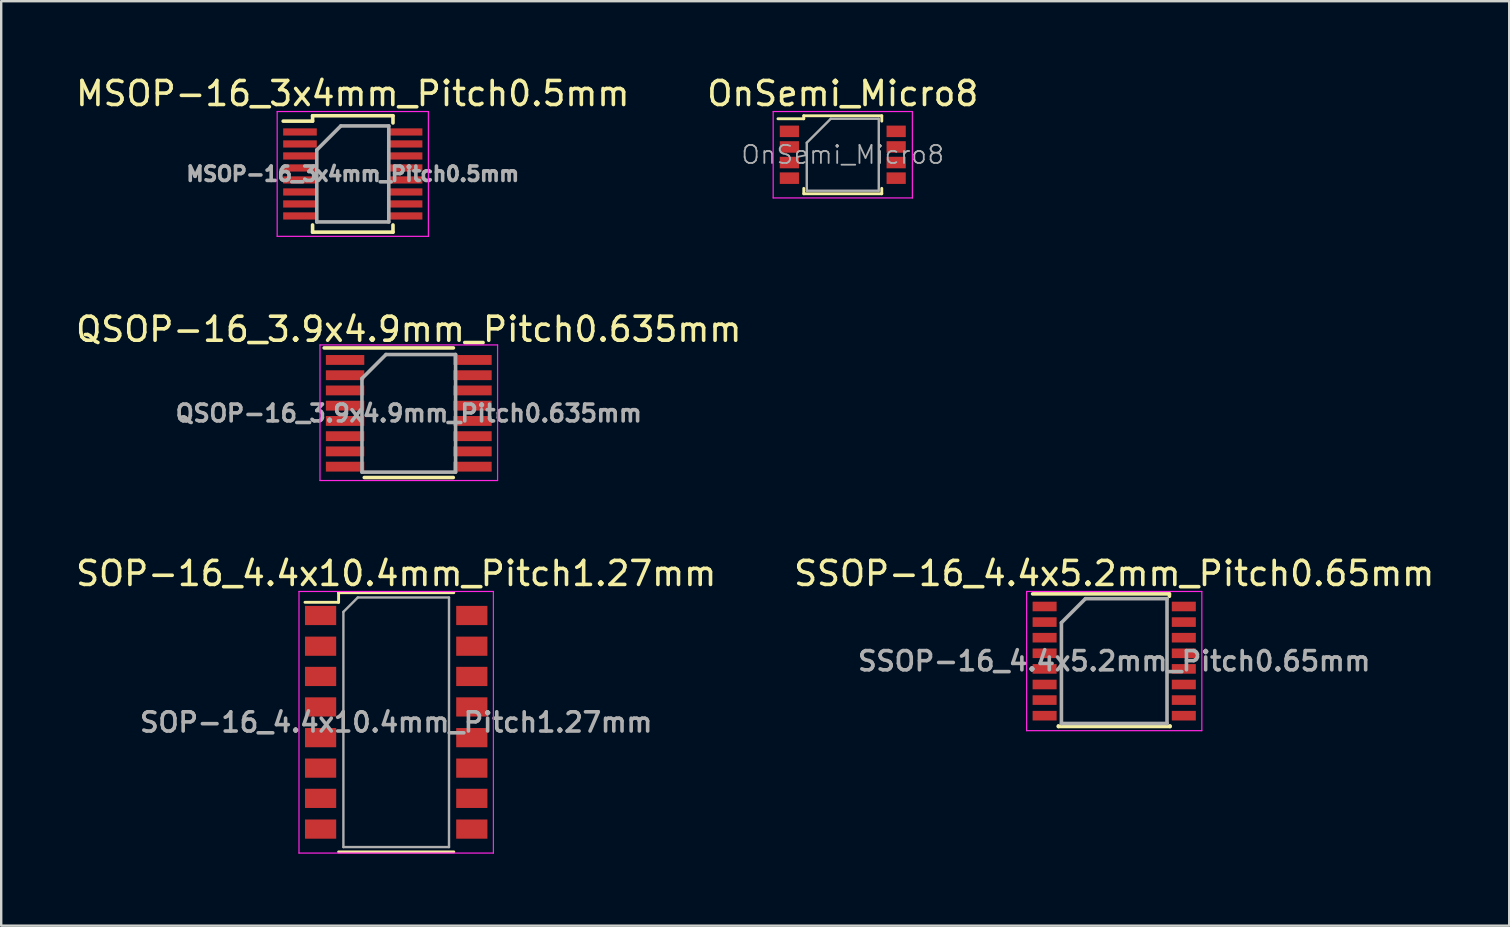
<source format=kicad_pcb>
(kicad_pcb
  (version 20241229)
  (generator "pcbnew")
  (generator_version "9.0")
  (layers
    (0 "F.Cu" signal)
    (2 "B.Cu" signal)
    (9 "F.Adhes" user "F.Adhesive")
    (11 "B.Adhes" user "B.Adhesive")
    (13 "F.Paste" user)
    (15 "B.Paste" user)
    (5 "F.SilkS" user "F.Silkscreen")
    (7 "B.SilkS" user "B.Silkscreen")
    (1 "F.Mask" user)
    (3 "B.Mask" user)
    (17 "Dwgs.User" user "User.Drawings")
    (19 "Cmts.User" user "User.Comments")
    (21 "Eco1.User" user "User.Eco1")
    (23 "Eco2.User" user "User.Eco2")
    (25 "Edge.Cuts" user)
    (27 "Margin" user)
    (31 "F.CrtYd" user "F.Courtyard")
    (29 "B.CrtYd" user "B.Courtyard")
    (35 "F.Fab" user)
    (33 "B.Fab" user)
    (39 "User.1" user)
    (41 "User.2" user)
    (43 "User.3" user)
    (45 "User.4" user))
  (footprint "SSOP-16_4.4x5.2mm_Pitch0.65mm"
    (layer "F.Cu")
    (at 43.375 24.495)
    (property "Reference" "SSOP-16_4.4x5.2mm_Pitch0.65mm" (at 0 -3.65 0) (layer "F.SilkS") (effects (font (size 1 1) (thickness 0.15))))
    (attr smd)
    (fp_line (start -3.4 -2.8) (end 2.3 -2.8) (stroke (width 0.15) (type solid)) (layer "F.SilkS"))
    (fp_line (start -2.325 2.725) (end -2.325 2.7) (stroke (width 0.15) (type solid)) (layer "F.SilkS"))
    (fp_line (start -2.325 2.725) (end 2.325 2.725) (stroke (width 0.15) (type solid)) (layer "F.SilkS"))
    (fp_line (start 2.3 -2.8) (end 2.3 -2.7) (stroke (width 0.15) (type solid)) (layer "F.SilkS"))
    (fp_line (start 2.325 2.725) (end 2.325 2.7) (stroke (width 0.15) (type solid)) (layer "F.SilkS"))
    (fp_line (start -3.65 -2.9) (end -3.65 2.9) (stroke (width 0.05) (type solid)) (layer "F.CrtYd"))
    (fp_line (start -3.65 -2.9) (end 3.65 -2.9) (stroke (width 0.05) (type solid)) (layer "F.CrtYd"))
    (fp_line (start -3.65 2.9) (end 3.65 2.9) (stroke (width 0.05) (type solid)) (layer "F.CrtYd"))
    (fp_line (start 3.65 -2.9) (end 3.65 2.9) (stroke (width 0.05) (type solid)) (layer "F.CrtYd"))
    (fp_line (start -2.2 -1.6) (end -1.2 -2.6) (stroke (width 0.15) (type solid)) (layer "F.Fab"))
    (fp_line (start -2.2 2.6) (end -2.2 -1.6) (stroke (width 0.15) (type solid)) (layer "F.Fab"))
    (fp_line (start -1.2 -2.6) (end 2.2 -2.6) (stroke (width 0.15) (type solid)) (layer "F.Fab"))
    (fp_line (start 2.2 -2.6) (end 2.2 2.6) (stroke (width 0.15) (type solid)) (layer "F.Fab"))
    (fp_line (start 2.2 2.6) (end -2.2 2.6) (stroke (width 0.15) (type solid)) (layer "F.Fab"))
    (fp_text user "${REFERENCE}" (at 0 0 0) (layer "F.Fab") (effects (font (size 0.8 0.8) (thickness 0.15))))
    (pad "1" smd rect (at -2.9 -2.275) (size 1 0.4) (layers "F.Cu" "F.Mask" "F.Paste"))
    (pad "2" smd rect (at -2.9 -1.625) (size 1 0.4) (layers "F.Cu" "F.Mask" "F.Paste"))
    (pad "3" smd rect (at -2.9 -0.975) (size 1 0.4) (layers "F.Cu" "F.Mask" "F.Paste"))
    (pad "4" smd rect (at -2.9 -0.325) (size 1 0.4) (layers "F.Cu" "F.Mask" "F.Paste"))
    (pad "5" smd rect (at -2.9 0.325) (size 1 0.4) (layers "F.Cu" "F.Mask" "F.Paste"))
    (pad "6" smd rect (at -2.9 0.975) (size 1 0.4) (layers "F.Cu" "F.Mask" "F.Paste"))
    (pad "7" smd rect (at -2.9 1.625) (size 1 0.4) (layers "F.Cu" "F.Mask" "F.Paste"))
    (pad "8" smd rect (at -2.9 2.275) (size 1 0.4) (layers "F.Cu" "F.Mask" "F.Paste"))
    (pad "9" smd rect (at 2.9 2.275) (size 1 0.4) (layers "F.Cu" "F.Mask" "F.Paste"))
    (pad "10" smd rect (at 2.9 1.625) (size 1 0.4) (layers "F.Cu" "F.Mask" "F.Paste"))
    (pad "11" smd rect (at 2.9 0.975) (size 1 0.4) (layers "F.Cu" "F.Mask" "F.Paste"))
    (pad "12" smd rect (at 2.9 0.325) (size 1 0.4) (layers "F.Cu" "F.Mask" "F.Paste"))
    (pad "13" smd rect (at 2.9 -0.325) (size 1 0.4) (layers "F.Cu" "F.Mask" "F.Paste"))
    (pad "14" smd rect (at 2.9 -0.975) (size 1 0.4) (layers "F.Cu" "F.Mask" "F.Paste"))
    (pad "15" smd rect (at 2.9 -1.625) (size 1 0.4) (layers "F.Cu" "F.Mask" "F.Paste"))
    (pad "16" smd rect (at 2.9 -2.275) (size 1 0.4) (layers "F.Cu" "F.Mask" "F.Paste")))
  (footprint "QSOP-16_3.9x4.9mm_Pitch0.635mm"
    (layer "F.Cu")
    (at 13.982 14.171)
    (property "Reference" "QSOP-16_3.9x4.9mm_Pitch0.635mm" (at 0 -3.5 0) (layer "F.SilkS") (effects (font (size 1 1) (thickness 0.15))))
    (attr smd)
    (fp_line (start -3.525 -2.725) (end 1.859 -2.725) (stroke (width 0.15) (type solid)) (layer "F.SilkS"))
    (fp_line (start -1.854 2.675) (end 1.854 2.675) (stroke (width 0.15) (type solid)) (layer "F.SilkS"))
    (fp_line (start -3.7 -2.85) (end -3.7 2.8) (stroke (width 0.05) (type solid)) (layer "F.CrtYd"))
    (fp_line (start -3.7 -2.85) (end 3.7 -2.85) (stroke (width 0.05) (type solid)) (layer "F.CrtYd"))
    (fp_line (start -3.7 2.8) (end 3.7 2.8) (stroke (width 0.05) (type solid)) (layer "F.CrtYd"))
    (fp_line (start 3.7 -2.85) (end 3.7 2.8) (stroke (width 0.05) (type solid)) (layer "F.CrtYd"))
    (fp_line (start -1.95 -1.45) (end -0.95 -2.45) (stroke (width 0.15) (type solid)) (layer "F.Fab"))
    (fp_line (start -1.95 2.45) (end -1.95 -1.45) (stroke (width 0.15) (type solid)) (layer "F.Fab"))
    (fp_line (start -0.95 -2.45) (end 1.95 -2.45) (stroke (width 0.15) (type solid)) (layer "F.Fab"))
    (fp_line (start 1.95 -2.45) (end 1.95 2.45) (stroke (width 0.15) (type solid)) (layer "F.Fab"))
    (fp_line (start 1.95 2.45) (end -1.95 2.45) (stroke (width 0.15) (type solid)) (layer "F.Fab"))
    (fp_text user "${REFERENCE}" (at 0 0 0) (layer "F.Fab") (effects (font (size 0.7 0.7) (thickness 0.15))))
    (pad "1" smd rect (at -2.654 -2.223) (size 1.6 0.41) (layers "F.Cu" "F.Mask" "F.Paste"))
    (pad "2" smd rect (at -2.654 -1.587) (size 1.6 0.41) (layers "F.Cu" "F.Mask" "F.Paste"))
    (pad "3" smd rect (at -2.654 -0.953) (size 1.6 0.41) (layers "F.Cu" "F.Mask" "F.Paste"))
    (pad "4" smd rect (at -2.654 -0.318) (size 1.6 0.41) (layers "F.Cu" "F.Mask" "F.Paste"))
    (pad "5" smd rect (at -2.654 0.318) (size 1.6 0.41) (layers "F.Cu" "F.Mask" "F.Paste"))
    (pad "6" smd rect (at -2.654 0.953) (size 1.6 0.41) (layers "F.Cu" "F.Mask" "F.Paste"))
    (pad "7" smd rect (at -2.654 1.587) (size 1.6 0.41) (layers "F.Cu" "F.Mask" "F.Paste"))
    (pad "8" smd rect (at -2.654 2.223) (size 1.6 0.41) (layers "F.Cu" "F.Mask" "F.Paste"))
    (pad "9" smd rect (at 2.654 2.223) (size 1.6 0.41) (layers "F.Cu" "F.Mask" "F.Paste"))
    (pad "10" smd rect (at 2.654 1.587) (size 1.6 0.41) (layers "F.Cu" "F.Mask" "F.Paste"))
    (pad "11" smd rect (at 2.654 0.953) (size 1.6 0.41) (layers "F.Cu" "F.Mask" "F.Paste"))
    (pad "12" smd rect (at 2.654 0.318) (size 1.6 0.41) (layers "F.Cu" "F.Mask" "F.Paste"))
    (pad "13" smd rect (at 2.654 -0.318) (size 1.6 0.41) (layers "F.Cu" "F.Mask" "F.Paste"))
    (pad "14" smd rect (at 2.654 -0.953) (size 1.6 0.41) (layers "F.Cu" "F.Mask" "F.Paste"))
    (pad "15" smd rect (at 2.654 -1.587) (size 1.6 0.41) (layers "F.Cu" "F.Mask" "F.Paste"))
    (pad "16" smd rect (at 2.654 -2.223) (size 1.6 0.41) (layers "F.Cu" "F.Mask" "F.Paste")))
  (footprint "MSOP-16_3x4mm_Pitch0.5mm"
    (layer "F.Cu")
    (at 11.649 4.198)
    (property "Reference" "MSOP-16_3x4mm_Pitch0.5mm" (at 0 -3.35 0) (layer "F.SilkS") (effects (font (size 1 1) (thickness 0.15))))
    (attr smd)
    (fp_line (start -1.675 -2.425) (end -1.675 -2.2) (stroke (width 0.15) (type solid)) (layer "F.SilkS"))
    (fp_line (start -1.675 -2.425) (end 1.675 -2.425) (stroke (width 0.15) (type solid)) (layer "F.SilkS"))
    (fp_line (start -1.675 -2.2) (end -2.9 -2.2) (stroke (width 0.15) (type solid)) (layer "F.SilkS"))
    (fp_line (start -1.675 2.425) (end -1.675 2.125) (stroke (width 0.15) (type solid)) (layer "F.SilkS"))
    (fp_line (start -1.675 2.425) (end 1.675 2.425) (stroke (width 0.15) (type solid)) (layer "F.SilkS"))
    (fp_line (start 1.675 -2.425) (end 1.675 -2.125) (stroke (width 0.15) (type solid)) (layer "F.SilkS"))
    (fp_line (start 1.675 2.425) (end 1.675 2.125) (stroke (width 0.15) (type solid)) (layer "F.SilkS"))
    (fp_line (start -3.15 -2.6) (end -3.15 2.6) (stroke (width 0.05) (type solid)) (layer "F.CrtYd"))
    (fp_line (start -3.15 -2.6) (end 3.15 -2.6) (stroke (width 0.05) (type solid)) (layer "F.CrtYd"))
    (fp_line (start -3.15 2.6) (end 3.15 2.6) (stroke (width 0.05) (type solid)) (layer "F.CrtYd"))
    (fp_line (start 3.15 -2.6) (end 3.15 2.6) (stroke (width 0.05) (type solid)) (layer "F.CrtYd"))
    (fp_line (start -1.5 -1) (end -0.5 -2) (stroke (width 0.15) (type solid)) (layer "F.Fab"))
    (fp_line (start -1.5 2) (end -1.5 -1) (stroke (width 0.15) (type solid)) (layer "F.Fab"))
    (fp_line (start -0.5 -2) (end 1.5 -2) (stroke (width 0.15) (type solid)) (layer "F.Fab"))
    (fp_line (start 1.5 -2) (end 1.5 2) (stroke (width 0.15) (type solid)) (layer "F.Fab"))
    (fp_line (start 1.5 2) (end -1.5 2) (stroke (width 0.15) (type solid)) (layer "F.Fab"))
    (fp_text user "${REFERENCE}" (at 0 0 0) (layer "F.Fab") (effects (font (size 0.6 0.6) (thickness 0.15))))
    (pad "1" smd rect (at -2.2 -1.75) (size 1.4 0.3) (layers "F.Cu" "F.Mask" "F.Paste"))
    (pad "2" smd rect (at -2.2 -1.25) (size 1.4 0.3) (layers "F.Cu" "F.Mask" "F.Paste"))
    (pad "3" smd rect (at -2.2 -0.75) (size 1.4 0.3) (layers "F.Cu" "F.Mask" "F.Paste"))
    (pad "4" smd rect (at -2.2 -0.25) (size 1.4 0.3) (layers "F.Cu" "F.Mask" "F.Paste"))
    (pad "5" smd rect (at -2.2 0.25) (size 1.4 0.3) (layers "F.Cu" "F.Mask" "F.Paste"))
    (pad "6" smd rect (at -2.2 0.75) (size 1.4 0.3) (layers "F.Cu" "F.Mask" "F.Paste"))
    (pad "7" smd rect (at -2.2 1.25) (size 1.4 0.3) (layers "F.Cu" "F.Mask" "F.Paste"))
    (pad "8" smd rect (at -2.2 1.75) (size 1.4 0.3) (layers "F.Cu" "F.Mask" "F.Paste"))
    (pad "9" smd rect (at 2.2 1.75) (size 1.4 0.3) (layers "F.Cu" "F.Mask" "F.Paste"))
    (pad "10" smd rect (at 2.2 1.25) (size 1.4 0.3) (layers "F.Cu" "F.Mask" "F.Paste"))
    (pad "11" smd rect (at 2.2 0.75) (size 1.4 0.3) (layers "F.Cu" "F.Mask" "F.Paste"))
    (pad "12" smd rect (at 2.2 0.25) (size 1.4 0.3) (layers "F.Cu" "F.Mask" "F.Paste"))
    (pad "13" smd rect (at 2.2 -0.25) (size 1.4 0.3) (layers "F.Cu" "F.Mask" "F.Paste"))
    (pad "14" smd rect (at 2.2 -0.75) (size 1.4 0.3) (layers "F.Cu" "F.Mask" "F.Paste"))
    (pad "15" smd rect (at 2.2 -1.25) (size 1.4 0.3) (layers "F.Cu" "F.Mask" "F.Paste"))
    (pad "16" smd rect (at 2.2 -1.75) (size 1.4 0.3) (layers "F.Cu" "F.Mask" "F.Paste")))
  (footprint "OnSemi_Micro8"
    (layer "F.Cu")
    (at 32.065 3.398)
    (property "Reference" "OnSemi_Micro8" (at 0 -2.55 0) (layer "F.SilkS") (effects (font (size 1 1) (thickness 0.15))))
    (attr smd)
    (fp_line (start -1.625 -1.625) (end -1.625 -1.5) (stroke (width 0.12) (type solid)) (layer "F.SilkS"))
    (fp_line (start -1.625 -1.625) (end 1.625 -1.625) (stroke (width 0.12) (type solid)) (layer "F.SilkS"))
    (fp_line (start -1.625 -1.5) (end -2.7 -1.5) (stroke (width 0.12) (type solid)) (layer "F.SilkS"))
    (fp_line (start -1.625 1.625) (end -1.625 1.4) (stroke (width 0.12) (type solid)) (layer "F.SilkS"))
    (fp_line (start -1.625 1.625) (end 1.625 1.625) (stroke (width 0.12) (type solid)) (layer "F.SilkS"))
    (fp_line (start 1.625 -1.625) (end 1.625 -1.4) (stroke (width 0.12) (type solid)) (layer "F.SilkS"))
    (fp_line (start 1.625 1.625) (end 1.625 1.4) (stroke (width 0.12) (type solid)) (layer "F.SilkS"))
    (fp_line (start -2.9 -1.8) (end -2.9 1.8) (stroke (width 0.05) (type solid)) (layer "F.CrtYd"))
    (fp_line (start -2.9 -1.8) (end 2.9 -1.8) (stroke (width 0.05) (type solid)) (layer "F.CrtYd"))
    (fp_line (start -2.9 1.8) (end 2.9 1.8) (stroke (width 0.05) (type solid)) (layer "F.CrtYd"))
    (fp_line (start 2.9 -1.8) (end 2.9 1.8) (stroke (width 0.05) (type solid)) (layer "F.CrtYd"))
    (fp_line (start -1.5 -0.5) (end -0.5 -1.5) (stroke (width 0.1) (type solid)) (layer "F.Fab"))
    (fp_line (start -1.5 1.5) (end -1.5 -0.5) (stroke (width 0.1) (type solid)) (layer "F.Fab"))
    (fp_line (start -0.5 -1.5) (end 1.5 -1.5) (stroke (width 0.1) (type solid)) (layer "F.Fab"))
    (fp_line (start 1.5 -1.5) (end 1.5 1.5) (stroke (width 0.1) (type solid)) (layer "F.Fab"))
    (fp_line (start 1.5 1.5) (end -1.5 1.5) (stroke (width 0.1) (type solid)) (layer "F.Fab"))
    (fp_text user "${REFERENCE}" (at 0 0 0) (layer "F.Fab") (effects (font (size 0.75 0.75) (thickness 0.075))))
    (pad "1" smd rect (at -2.225 -0.975) (size 0.8 0.48) (layers "F.Cu" "F.Mask" "F.Paste"))
    (pad "2" smd rect (at -2.225 -0.325) (size 0.8 0.48) (layers "F.Cu" "F.Mask" "F.Paste"))
    (pad "3" smd rect (at -2.225 0.325) (size 0.8 0.48) (layers "F.Cu" "F.Mask" "F.Paste"))
    (pad "4" smd rect (at -2.225 0.975) (size 0.8 0.48) (layers "F.Cu" "F.Mask" "F.Paste"))
    (pad "5" smd rect (at 2.225 0.975) (size 0.8 0.48) (layers "F.Cu" "F.Mask" "F.Paste"))
    (pad "6" smd rect (at 2.225 0.325) (size 0.8 0.48) (layers "F.Cu" "F.Mask" "F.Paste"))
    (pad "7" smd rect (at 2.225 -0.325) (size 0.8 0.48) (layers "F.Cu" "F.Mask" "F.Paste"))
    (pad "8" smd rect (at 2.225 -0.975) (size 0.8 0.48) (layers "F.Cu" "F.Mask" "F.Paste")))
  (footprint "SOP-16_4.4x10.4mm_Pitch1.27mm"
    (layer "F.Cu")
    (at 13.458 27.045)
    (property "Reference" "SOP-16_4.4x10.4mm_Pitch1.27mm" (at 0 -6.2 0) (layer "F.SilkS") (effects (font (size 1 1) (thickness 0.15))))
    (attr smd)
    (fp_line (start -2.4 -5.4) (end -2.4 -5) (stroke (width 0.12) (type solid)) (layer "F.SilkS"))
    (fp_line (start -2.4 -5.4) (end 2.4 -5.4) (stroke (width 0.12) (type solid)) (layer "F.SilkS"))
    (fp_line (start -2.4 -5) (end -3.8 -5) (stroke (width 0.12) (type solid)) (layer "F.SilkS"))
    (fp_line (start -2.4 5.4) (end 2.4 5.4) (stroke (width 0.12) (type solid)) (layer "F.SilkS"))
    (fp_line (start -4.05 -5.45) (end -4.05 5.45) (stroke (width 0.05) (type solid)) (layer "F.CrtYd"))
    (fp_line (start -4.05 -5.45) (end 4.05 -5.45) (stroke (width 0.05) (type solid)) (layer "F.CrtYd"))
    (fp_line (start 4.05 5.45) (end -4.05 5.45) (stroke (width 0.05) (type solid)) (layer "F.CrtYd"))
    (fp_line (start 4.05 5.45) (end 4.05 -5.45) (stroke (width 0.05) (type solid)) (layer "F.CrtYd"))
    (fp_line (start -2.2 -4.6) (end -1.6 -5.2) (stroke (width 0.1) (type solid)) (layer "F.Fab"))
    (fp_line (start -2.2 5.2) (end -2.2 -4.6) (stroke (width 0.1) (type solid)) (layer "F.Fab"))
    (fp_line (start -1.6 -5.2) (end 2.2 -5.2) (stroke (width 0.1) (type solid)) (layer "F.Fab"))
    (fp_line (start 2.2 -5.2) (end 2.2 5.2) (stroke (width 0.1) (type solid)) (layer "F.Fab"))
    (fp_line (start 2.2 5.2) (end -2.2 5.2) (stroke (width 0.1) (type solid)) (layer "F.Fab"))
    (fp_text user "${REFERENCE}" (at 0 0 0) (layer "F.Fab") (effects (font (size 0.8 0.8) (thickness 0.15))))
    (pad "1" smd rect (at -3.15 -4.45) (size 1.3 0.8) (layers "F.Cu" "F.Mask" "F.Paste"))
    (pad "2" smd rect (at -3.15 -3.17) (size 1.3 0.8) (layers "F.Cu" "F.Mask" "F.Paste"))
    (pad "3" smd rect (at -3.15 -1.91) (size 1.3 0.8) (layers "F.Cu" "F.Mask" "F.Paste"))
    (pad "4" smd rect (at -3.15 -0.64) (size 1.3 0.8) (layers "F.Cu" "F.Mask" "F.Paste"))
    (pad "5" smd rect (at -3.15 0.64) (size 1.3 0.8) (layers "F.Cu" "F.Mask" "F.Paste"))
    (pad "6" smd rect (at -3.15 1.91) (size 1.3 0.8) (layers "F.Cu" "F.Mask" "F.Paste"))
    (pad "7" smd rect (at -3.15 3.17) (size 1.3 0.8) (layers "F.Cu" "F.Mask" "F.Paste"))
    (pad "8" smd rect (at -3.15 4.45) (size 1.3 0.8) (layers "F.Cu" "F.Mask" "F.Paste"))
    (pad "9" smd rect (at 3.15 4.45) (size 1.3 0.8) (layers "F.Cu" "F.Mask" "F.Paste"))
    (pad "10" smd rect (at 3.15 3.17) (size 1.3 0.8) (layers "F.Cu" "F.Mask" "F.Paste"))
    (pad "11" smd rect (at 3.15 1.91) (size 1.3 0.8) (layers "F.Cu" "F.Mask" "F.Paste"))
    (pad "12" smd rect (at 3.15 0.64) (size 1.3 0.8) (layers "F.Cu" "F.Mask" "F.Paste"))
    (pad "13" smd rect (at 3.15 -0.64) (size 1.3 0.8) (layers "F.Cu" "F.Mask" "F.Paste"))
    (pad "14" smd rect (at 3.15 -1.91) (size 1.3 0.8) (layers "F.Cu" "F.Mask" "F.Paste"))
    (pad "15" smd rect (at 3.15 -3.17) (size 1.3 0.8) (layers "F.Cu" "F.Mask" "F.Paste"))
    (pad "16" smd rect (at 3.15 -4.45) (size 1.3 0.8) (layers "F.Cu" "F.Mask" "F.Paste")))
  (gr_rect
    (start -3 -3)
    (end 59.833 35.52)
    (stroke (width 0.1) (type default))
    (fill no)
    (layer "Edge.Cuts")))
</source>
